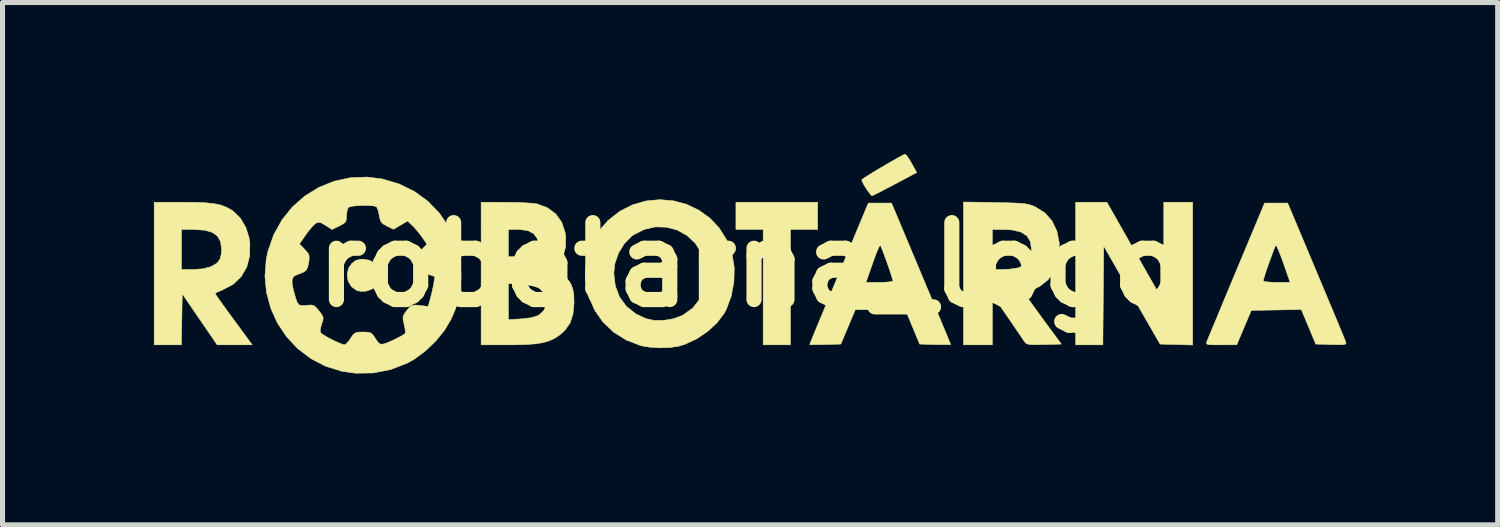
<source format=kicad_pcb>
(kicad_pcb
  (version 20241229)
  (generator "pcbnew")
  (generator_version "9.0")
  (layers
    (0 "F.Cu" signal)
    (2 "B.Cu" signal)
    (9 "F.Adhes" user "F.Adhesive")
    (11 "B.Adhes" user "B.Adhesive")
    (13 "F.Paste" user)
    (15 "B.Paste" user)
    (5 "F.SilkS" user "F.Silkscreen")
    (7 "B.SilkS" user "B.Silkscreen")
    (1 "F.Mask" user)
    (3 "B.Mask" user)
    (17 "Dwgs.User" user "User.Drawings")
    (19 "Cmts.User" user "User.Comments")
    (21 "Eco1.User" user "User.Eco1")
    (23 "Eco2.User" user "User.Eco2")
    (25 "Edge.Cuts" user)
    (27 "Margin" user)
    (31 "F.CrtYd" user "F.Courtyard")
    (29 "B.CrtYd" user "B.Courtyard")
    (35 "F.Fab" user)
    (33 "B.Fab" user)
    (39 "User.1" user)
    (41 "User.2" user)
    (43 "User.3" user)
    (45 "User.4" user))
  (footprint "robotarna_logo"
    (layer "F.Cu")
    (at 11.816 2.195)
    (property "Reference" "robotarna_logo" (at 0 0 0) (layer "F.SilkS") (effects (font (size 1.524 1.524) (thickness 0.3))))
    (attr through_hole)
    (fp_poly (pts (xy 1.333 -0.699) (xy 0.794 -0.699) (xy 0.794 1.587) (xy 0.254 1.587) (xy 0.254 -0.699) (xy -0.286 -0.699) (xy -0.286 -1.238) (xy 1.333 -1.238) (xy 1.333 -0.699)) (stroke (width 0.01) (type solid)) (fill yes) (layer "F.SilkS"))
    (fp_poly (pts (xy 8.763 1.59) (xy 8.117 1.572) (xy 7.559 0.601) (xy 7.001 -0.37) (xy 6.992 0.609) (xy 6.984 1.587) (xy 6.445 1.587) (xy 6.445 -1.238) (xy 6.755 -1.238) (xy 7.064 -1.238) (xy 7.627 -0.246) (xy 8.191 0.746) (xy 8.191 -0.246) (xy 8.191 -1.238) (xy 8.763 -1.238) (xy 8.763 1.59)) (stroke (width 0.01) (type solid)) (fill yes) (layer "F.SilkS"))
    (fp_poly (pts (xy -7.536 -0.086) (xy -7.437 -0.021) (xy -7.374 0.074) (xy -7.346 0.183) (xy -7.355 0.296) (xy -7.402 0.398) (xy -7.487 0.478) (xy -7.612 0.523) (xy -7.622 0.524) (xy -7.716 0.527) (xy -7.793 0.512) (xy -7.795 0.511) (xy -7.903 0.434) (xy -7.969 0.323) (xy -7.989 0.196) (xy -7.961 0.07) (xy -7.897 -0.023) (xy -7.819 -0.084) (xy -7.73 -0.108) (xy -7.668 -0.111) (xy -7.536 -0.086)) (stroke (width 0.01) (type solid)) (fill yes) (layer "F.SilkS"))
    (fp_poly (pts (xy 3.095 -2.164) (xy 3.143 -2.097) (xy 3.196 -2.008) (xy 3.296 -1.827) (xy 2.862 -1.597) (xy 2.712 -1.518) (xy 2.581 -1.45) (xy 2.481 -1.399) (xy 2.421 -1.371) (xy 2.409 -1.366) (xy 2.382 -1.39) (xy 2.334 -1.453) (xy 2.292 -1.514) (xy 2.241 -1.599) (xy 2.211 -1.663) (xy 2.208 -1.685) (xy 2.24 -1.71) (xy 2.315 -1.759) (xy 2.422 -1.825) (xy 2.549 -1.901) (xy 2.683 -1.98) (xy 2.813 -2.056) (xy 2.927 -2.12) (xy 3.014 -2.167) (xy 3.062 -2.189) (xy 3.066 -2.19) (xy 3.095 -2.164)) (stroke (width 0.01) (type solid)) (fill yes) (layer "F.SilkS"))
    (fp_poly (pts (xy -10.989 -1.236) (xy -10.786 -1.227) (xy -10.625 -1.21) (xy -10.496 -1.183) (xy -10.389 -1.144) (xy -10.292 -1.091) (xy -10.237 -1.054) (xy -10.1 -0.918) (xy -9.995 -0.738) (xy -9.93 -0.529) (xy -9.916 -0.433) (xy -9.919 -0.179) (xy -9.976 0.044) (xy -10.085 0.232) (xy -10.244 0.385) (xy -10.453 0.497) (xy -10.485 0.51) (xy -10.56 0.541) (xy -10.601 0.565) (xy -10.604 0.57) (xy -10.586 0.6) (xy -10.536 0.672) (xy -10.461 0.778) (xy -10.368 0.907) (xy -10.3 1) (xy -10.192 1.147) (xy -10.092 1.283) (xy -10.009 1.396) (xy -9.951 1.475) (xy -9.933 1.5) (xy -9.87 1.587) (xy -10.563 1.587) (xy -10.909 1.082) (xy -11.255 0.576) (xy -11.273 1.587) (xy -11.811 1.587) (xy -11.811 -0.699) (xy -11.271 -0.699) (xy -11.271 0.095) (xy -11.041 0.095) (xy -10.841 0.08) (xy -10.688 0.038) (xy -10.678 0.034) (xy -10.571 -0.029) (xy -10.509 -0.106) (xy -10.481 -0.217) (xy -10.477 -0.308) (xy -10.496 -0.456) (xy -10.555 -0.566) (xy -10.659 -0.641) (xy -10.812 -0.684) (xy -11.019 -0.698) (xy -11.032 -0.699) (xy -11.271 -0.699) (xy -11.811 -0.699) (xy -11.811 -1.238) (xy -11.245 -1.238) (xy -10.989 -1.236)) (stroke (width 0.01) (type solid)) (fill yes) (layer "F.SilkS"))
    (fp_poly (pts (xy 11.212 0.127) (xy 11.328 0.404) (xy 11.437 0.665) (xy 11.537 0.902) (xy 11.624 1.111) (xy 11.696 1.285) (xy 11.751 1.417) (xy 11.785 1.502) (xy 11.797 1.533) (xy 11.801 1.559) (xy 11.784 1.575) (xy 11.736 1.583) (xy 11.645 1.584) (xy 11.509 1.581) (xy 11.202 1.572) (xy 10.915 0.887) (xy 10.42 0.896) (xy 9.924 0.905) (xy 9.636 1.586) (xy 9.327 1.587) (xy 9.186 1.587) (xy 9.097 1.584) (xy 9.051 1.575) (xy 9.036 1.558) (xy 9.041 1.53) (xy 9.047 1.516) (xy 9.064 1.473) (xy 9.104 1.377) (xy 9.163 1.235) (xy 9.239 1.053) (xy 9.328 0.838) (xy 9.429 0.595) (xy 9.539 0.331) (xy 9.544 0.319) (xy 10.16 0.319) (xy 10.189 0.333) (xy 10.267 0.343) (xy 10.38 0.349) (xy 10.427 0.349) (xy 10.694 0.349) (xy 10.562 -0.03) (xy 10.511 -0.171) (xy 10.466 -0.284) (xy 10.431 -0.36) (xy 10.411 -0.388) (xy 10.41 -0.387) (xy 10.392 -0.349) (xy 10.359 -0.266) (xy 10.317 -0.153) (xy 10.271 -0.026) (xy 10.227 0.1) (xy 10.191 0.21) (xy 10.167 0.289) (xy 10.16 0.319) (xy 9.544 0.319) (xy 9.631 0.111) (xy 10.188 -1.222) (xy 10.645 -1.222) (xy 11.212 0.127)) (stroke (width 0.01) (type solid)) (fill yes) (layer "F.SilkS"))
    (fp_poly (pts (xy 3.383 0.175) (xy 3.5 0.455) (xy 3.61 0.716) (xy 3.709 0.954) (xy 3.796 1.162) (xy 3.868 1.334) (xy 3.922 1.465) (xy 3.956 1.549) (xy 3.969 1.581) (xy 3.969 1.581) (xy 3.939 1.584) (xy 3.86 1.584) (xy 3.745 1.583) (xy 3.661 1.581) (xy 3.354 1.572) (xy 3.212 1.23) (xy 3.071 0.889) (xy 2.575 0.89) (xy 2.08 0.89) (xy 1.936 1.231) (xy 1.792 1.572) (xy 1.483 1.581) (xy 1.352 1.584) (xy 1.249 1.584) (xy 1.187 1.583) (xy 1.175 1.581) (xy 1.187 1.55) (xy 1.221 1.467) (xy 1.274 1.337) (xy 1.345 1.165) (xy 1.431 0.958) (xy 1.529 0.721) (xy 1.638 0.459) (xy 1.684 0.349) (xy 2.29 0.349) (xy 2.558 0.349) (xy 2.679 0.346) (xy 2.772 0.337) (xy 2.821 0.325) (xy 2.826 0.32) (xy 2.815 0.278) (xy 2.788 0.192) (xy 2.75 0.077) (xy 2.705 -0.051) (xy 2.659 -0.177) (xy 2.619 -0.285) (xy 2.588 -0.361) (xy 2.575 -0.387) (xy 2.558 -0.368) (xy 2.525 -0.298) (xy 2.481 -0.19) (xy 2.431 -0.053) (xy 2.423 -0.03) (xy 2.29 0.349) (xy 1.684 0.349) (xy 1.754 0.179) (xy 1.756 0.175) (xy 2.337 -1.222) (xy 2.797 -1.222) (xy 3.383 0.175)) (stroke (width 0.01) (type solid)) (fill yes) (layer "F.SilkS"))
    (fp_poly (pts (xy 4.85 -1.233) (xy 5.068 -1.228) (xy 5.233 -1.223) (xy 5.357 -1.217) (xy 5.449 -1.207) (xy 5.52 -1.193) (xy 5.581 -1.173) (xy 5.644 -1.147) (xy 5.645 -1.146) (xy 5.833 -1.029) (xy 5.976 -0.869) (xy 6.072 -0.669) (xy 6.119 -0.435) (xy 6.121 -0.238) (xy 6.103 -0.081) (xy 6.069 0.041) (xy 6.019 0.141) (xy 5.897 0.298) (xy 5.736 0.427) (xy 5.559 0.511) (xy 5.551 0.513) (xy 5.475 0.539) (xy 5.432 0.56) (xy 5.429 0.564) (xy 5.447 0.593) (xy 5.497 0.665) (xy 5.574 0.771) (xy 5.671 0.905) (xy 5.782 1.057) (xy 5.795 1.075) (xy 6.161 1.572) (xy 5.819 1.581) (xy 5.666 1.584) (xy 5.564 1.582) (xy 5.5 1.574) (xy 5.462 1.558) (xy 5.437 1.531) (xy 5.436 1.529) (xy 5.404 1.483) (xy 5.344 1.394) (xy 5.262 1.274) (xy 5.165 1.132) (xy 5.094 1.029) (xy 4.794 0.59) (xy 4.794 1.587) (xy 4.223 1.587) (xy 4.223 -0.699) (xy 4.794 -0.699) (xy 4.794 0.095) (xy 5.009 0.093) (xy 5.138 0.087) (xy 5.258 0.071) (xy 5.331 0.054) (xy 5.458 -0.02) (xy 5.537 -0.136) (xy 5.568 -0.292) (xy 5.568 -0.316) (xy 5.547 -0.463) (xy 5.479 -0.572) (xy 5.363 -0.647) (xy 5.196 -0.688) (xy 5.018 -0.699) (xy 4.794 -0.699) (xy 4.223 -0.699) (xy 4.223 -1.243) (xy 4.85 -1.233)) (stroke (width 0.01) (type solid)) (fill yes) (layer "F.SilkS"))
    (fp_poly (pts (xy -1.527 -1.267) (xy -1.268 -1.198) (xy -1.025 -1.083) (xy -0.805 -0.926) (xy -0.617 -0.728) (xy -0.468 -0.491) (xy -0.363 -0.217) (xy -0.362 -0.211) (xy -0.319 0.058) (xy -0.326 0.342) (xy -0.379 0.624) (xy -0.476 0.883) (xy -0.519 0.963) (xy -0.659 1.149) (xy -0.846 1.321) (xy -1.062 1.467) (xy -1.292 1.575) (xy -1.432 1.617) (xy -1.595 1.64) (xy -1.788 1.646) (xy -1.983 1.635) (xy -2.149 1.608) (xy -2.169 1.603) (xy -2.457 1.493) (xy -2.709 1.335) (xy -2.92 1.135) (xy -3.085 0.898) (xy -3.201 0.63) (xy -3.262 0.338) (xy -3.27 0.175) (xy -3.269 0.164) (xy -2.705 0.164) (xy -2.676 0.417) (xy -2.592 0.638) (xy -2.456 0.824) (xy -2.27 0.973) (xy -2.073 1.067) (xy -1.907 1.103) (xy -1.715 1.102) (xy -1.52 1.069) (xy -1.346 1.004) (xy -1.334 0.997) (xy -1.144 0.861) (xy -1.004 0.685) (xy -0.915 0.474) (xy -0.879 0.229) (xy -0.878 0.191) (xy -0.882 0.045) (xy -0.901 -0.068) (xy -0.94 -0.177) (xy -0.963 -0.228) (xy -1.092 -0.427) (xy -1.257 -0.581) (xy -1.451 -0.688) (xy -1.662 -0.744) (xy -1.882 -0.75) (xy -2.101 -0.7) (xy -2.31 -0.595) (xy -2.355 -0.562) (xy -2.499 -0.416) (xy -2.612 -0.23) (xy -2.684 -0.024) (xy -2.705 0.164) (xy -3.269 0.164) (xy -3.241 -0.129) (xy -3.152 -0.41) (xy -3.005 -0.665) (xy -2.822 -0.874) (xy -2.588 -1.058) (xy -2.334 -1.187) (xy -2.068 -1.264) (xy -1.797 -1.29) (xy -1.527 -1.267)) (stroke (width 0.01) (type solid)) (fill yes) (layer "F.SilkS"))
    (fp_poly (pts (xy -4.85 -1.237) (xy -4.668 -1.235) (xy -4.496 -1.229) (xy -4.351 -1.22) (xy -4.248 -1.209) (xy -4.223 -1.204) (xy -4.019 -1.128) (xy -3.855 -1.006) (xy -3.738 -0.842) (xy -3.671 -0.643) (xy -3.659 -0.554) (xy -3.66 -0.357) (xy -3.702 -0.2) (xy -3.787 -0.073) (xy -3.827 -0.035) (xy -3.89 0.024) (xy -3.91 0.056) (xy -3.89 0.074) (xy -3.872 0.08) (xy -3.77 0.135) (xy -3.665 0.23) (xy -3.577 0.345) (xy -3.555 0.384) (xy -3.517 0.481) (xy -3.498 0.601) (xy -3.493 0.753) (xy -3.513 0.974) (xy -3.571 1.153) (xy -3.675 1.3) (xy -3.772 1.387) (xy -3.873 1.455) (xy -3.98 1.506) (xy -4.105 1.543) (xy -4.257 1.567) (xy -4.448 1.581) (xy -4.687 1.587) (xy -4.791 1.587) (xy -5.334 1.587) (xy -5.334 1.088) (xy -4.794 1.088) (xy -4.545 1.073) (xy -4.356 1.052) (xy -4.221 1.013) (xy -4.187 0.996) (xy -4.093 0.909) (xy -4.045 0.796) (xy -4.043 0.674) (xy -4.088 0.559) (xy -4.178 0.469) (xy -4.203 0.454) (xy -4.286 0.426) (xy -4.408 0.402) (xy -4.545 0.388) (xy -4.548 0.387) (xy -4.794 0.373) (xy -4.794 1.088) (xy -5.334 1.088) (xy -5.334 -0.159) (xy -4.794 -0.159) (xy -4.628 -0.159) (xy -4.496 -0.171) (xy -4.377 -0.203) (xy -4.352 -0.214) (xy -4.251 -0.293) (xy -4.206 -0.394) (xy -4.219 -0.508) (xy -4.228 -0.53) (xy -4.296 -0.619) (xy -4.401 -0.673) (xy -4.552 -0.697) (xy -4.612 -0.698) (xy -4.794 -0.699) (xy -4.794 -0.159) (xy -5.334 -0.159) (xy -5.334 -1.238) (xy -4.85 -1.237)) (stroke (width 0.01) (type solid)) (fill yes) (layer "F.SilkS"))
    (fp_poly (pts (xy -7.3 -1.701) (xy -6.963 -1.602) (xy -6.657 -1.453) (xy -6.388 -1.257) (xy -6.159 -1.02) (xy -5.975 -0.748) (xy -5.839 -0.445) (xy -5.757 -0.116) (xy -5.733 0.191) (xy -5.743 0.445) (xy -5.778 0.666) (xy -5.844 0.881) (xy -5.929 1.079) (xy -6.059 1.298) (xy -6.234 1.513) (xy -6.44 1.71) (xy -6.661 1.873) (xy -6.795 1.948) (xy -7.127 2.077) (xy -7.472 2.144) (xy -7.823 2.149) (xy -8.096 2.11) (xy -8.418 2.01) (xy -8.709 1.858) (xy -8.968 1.661) (xy -9.188 1.426) (xy -9.368 1.158) (xy -9.501 0.864) (xy -9.586 0.55) (xy -9.605 0.355) (xy -9.081 0.355) (xy -9.059 0.477) (xy -9.047 0.524) (xy -9.009 0.661) (xy -8.977 0.748) (xy -8.941 0.794) (xy -8.892 0.81) (xy -8.82 0.807) (xy -8.797 0.804) (xy -8.706 0.797) (xy -8.648 0.809) (xy -8.596 0.853) (xy -8.547 0.913) (xy -8.488 0.991) (xy -8.464 1.045) (xy -8.469 1.101) (xy -8.493 1.176) (xy -8.521 1.273) (xy -8.518 1.333) (xy -8.505 1.354) (xy -8.458 1.39) (xy -8.373 1.44) (xy -8.268 1.494) (xy -8.164 1.543) (xy -8.08 1.577) (xy -8.041 1.587) (xy -8.002 1.562) (xy -7.948 1.5) (xy -7.922 1.46) (xy -7.87 1.386) (xy -7.823 1.348) (xy -7.756 1.335) (xy -7.675 1.333) (xy -7.575 1.337) (xy -7.515 1.354) (xy -7.47 1.399) (xy -7.429 1.462) (xy -7.375 1.54) (xy -7.33 1.573) (xy -7.277 1.573) (xy -7.271 1.571) (xy -7.198 1.547) (xy -7.1 1.505) (xy -6.997 1.455) (xy -6.907 1.407) (xy -6.848 1.369) (xy -6.838 1.358) (xy -6.835 1.314) (xy -6.848 1.232) (xy -6.86 1.178) (xy -6.881 1.084) (xy -6.879 1.021) (xy -6.849 0.962) (xy -6.807 0.907) (xy -6.75 0.838) (xy -6.702 0.806) (xy -6.637 0.799) (xy -6.549 0.807) (xy -6.384 0.826) (xy -6.337 0.659) (xy -6.306 0.535) (xy -6.279 0.411) (xy -6.271 0.364) (xy -6.251 0.236) (xy -6.407 0.18) (xy -6.5 0.142) (xy -6.551 0.102) (xy -6.581 0.038) (xy -6.597 -0.025) (xy -6.615 -0.116) (xy -6.611 -0.175) (xy -6.576 -0.229) (xy -6.519 -0.291) (xy -6.406 -0.407) (xy -6.502 -0.545) (xy -6.579 -0.647) (xy -6.663 -0.743) (xy -6.694 -0.774) (xy -6.791 -0.866) (xy -6.931 -0.784) (xy -7.07 -0.702) (xy -7.201 -0.766) (xy -7.283 -0.813) (xy -7.326 -0.865) (xy -7.348 -0.948) (xy -7.353 -0.979) (xy -7.373 -1.072) (xy -7.398 -1.136) (xy -7.41 -1.15) (xy -7.466 -1.166) (xy -7.562 -1.173) (xy -7.679 -1.174) (xy -7.797 -1.169) (xy -7.896 -1.158) (xy -7.957 -1.141) (xy -7.963 -1.137) (xy -7.987 -1.082) (xy -8 -0.995) (xy -8.001 -0.968) (xy -8.005 -0.889) (xy -8.028 -0.839) (xy -8.085 -0.798) (xy -8.145 -0.768) (xy -8.288 -0.699) (xy -8.417 -0.78) (xy -8.498 -0.828) (xy -8.551 -0.842) (xy -8.596 -0.828) (xy -8.617 -0.815) (xy -8.671 -0.765) (xy -8.743 -0.681) (xy -8.81 -0.59) (xy -8.933 -0.412) (xy -8.83 -0.305) (xy -8.766 -0.233) (xy -8.741 -0.173) (xy -8.742 -0.094) (xy -8.748 -0.052) (xy -8.77 0.051) (xy -8.806 0.115) (xy -8.875 0.158) (xy -8.961 0.189) (xy -9.036 0.223) (xy -9.074 0.274) (xy -9.081 0.355) (xy -9.605 0.355) (xy -9.617 0.224) (xy -9.591 -0.109) (xy -9.558 -0.266) (xy -9.443 -0.594) (xy -9.279 -0.889) (xy -9.072 -1.146) (xy -8.827 -1.361) (xy -8.55 -1.532) (xy -8.248 -1.654) (xy -7.927 -1.724) (xy -7.592 -1.737) (xy -7.3 -1.701)) (stroke (width 0.01) (type solid)) (fill yes) (layer "F.SilkS")))
  (gr_rect
    (start -3 -3)
    (end 26.622 7.349)
    (stroke (width 0.1) (type default))
    (fill no)
    (layer "Edge.Cuts")))
</source>
